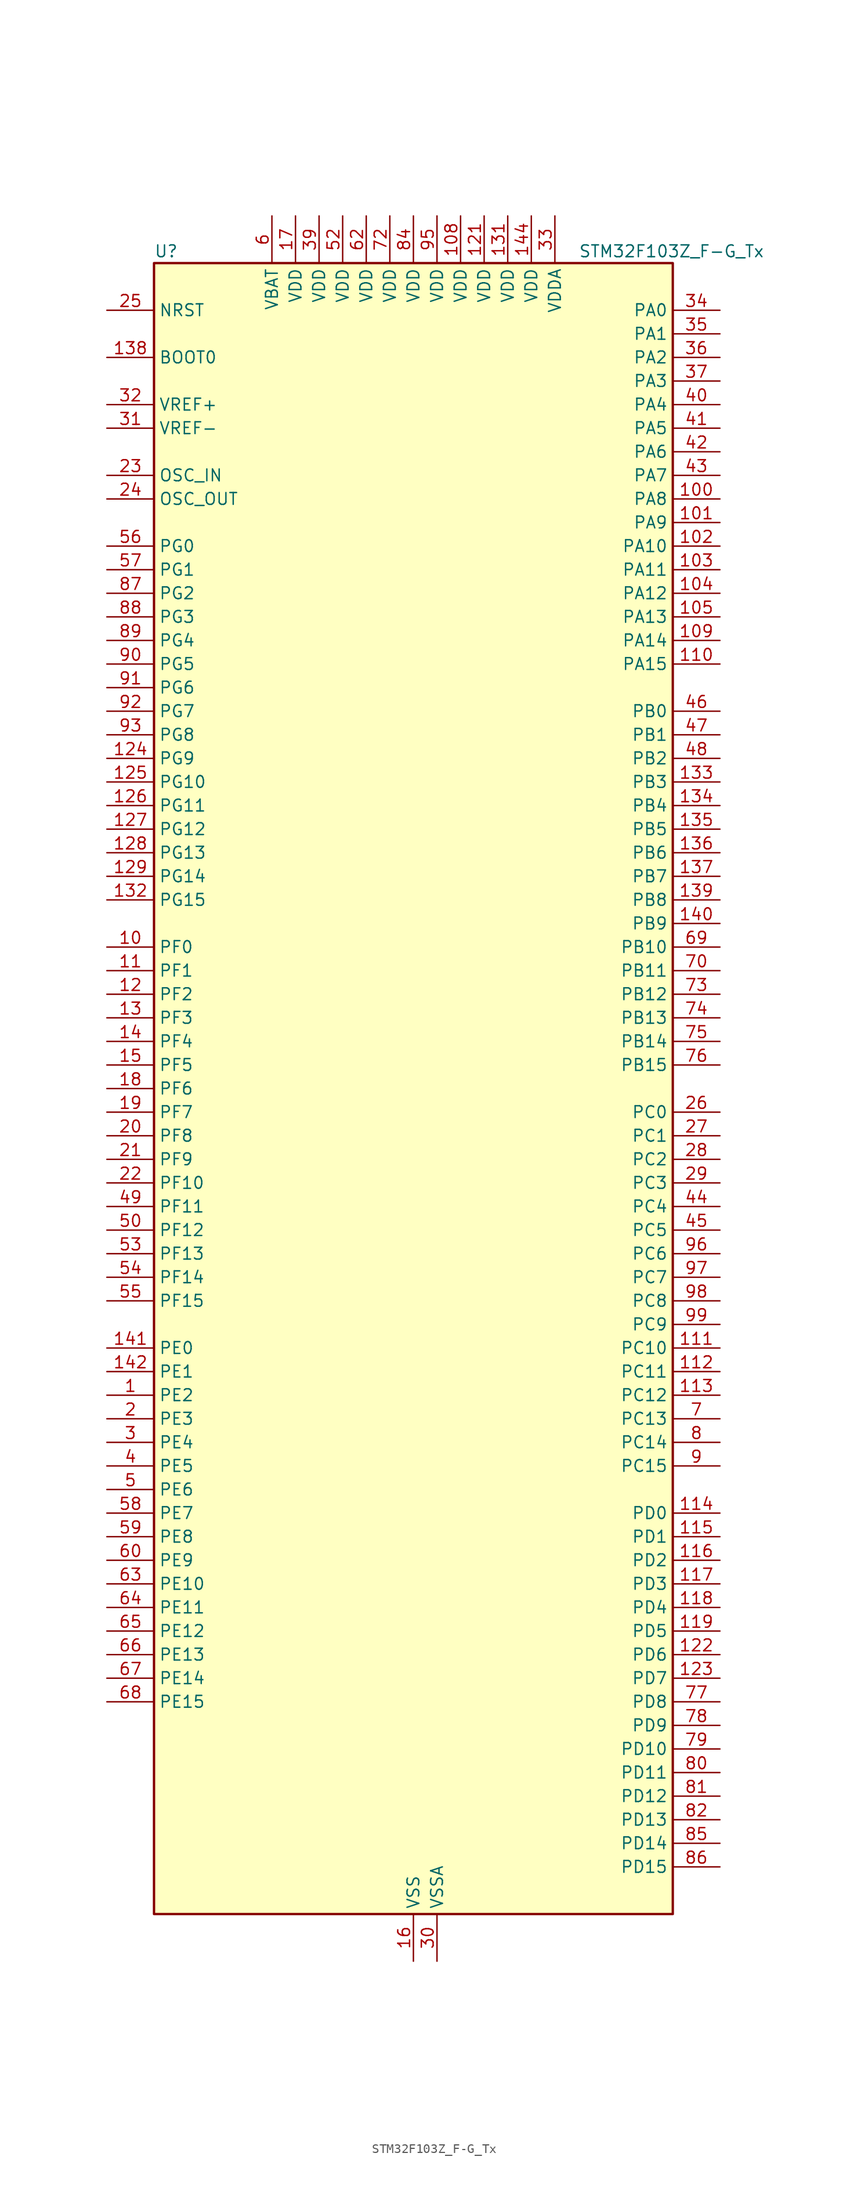
<source format=kicad_sym>
(kicad_symbol_lib
  (version 20241209)
  (generator "kicad_symbol_editor")
  (generator_version "9.0")
  (symbol "STM32F103Z_F-G_Tx"
    (property "Reference" "U"
      (at -27.94 90.17 0)
      (effects (font (size 1.27 1.27)) (justify left)))
    (property "Value" "STM32F103Z_F-G_Tx"
      (at 17.78 90.17 0)
      (effects (font (size 1.27 1.27)) (justify left)))
    (symbol "STM32F103Z_F-G_Tx_0_1"
      (rectangle (start -27.94 -88.9) (end 27.94 88.9) (stroke (width 0.254) (type default)) (fill (type background))))
    (symbol "STM32F103Z_F-G_Tx_1_1"
      (pin input line (at -33.02 83.82 0) (length 5.08) (name "NRST" (effects (font (size 1.27 1.27)))) (number "25" (effects (font (size 1.27 1.27)))))
      (pin input line (at -33.02 78.74 0) (length 5.08) (name "BOOT0" (effects (font (size 1.27 1.27)))) (number "138" (effects (font (size 1.27 1.27)))))
      (pin input line (at -33.02 73.66 0) (length 5.08) (name "VREF+" (effects (font (size 1.27 1.27)))) (number "32" (effects (font (size 1.27 1.27)))))
      (pin input line (at -33.02 71.12 0) (length 5.08) (name "VREF-" (effects (font (size 1.27 1.27)))) (number "31" (effects (font (size 1.27 1.27)))))
      (pin input line (at -33.02 66.04 0) (length 5.08) (name "OSC_IN" (effects (font (size 1.27 1.27)))) (number "23" (effects (font (size 1.27 1.27)))) (alternate "RCC_OSC_IN" bidirectional line))
      (pin input line (at -33.02 63.5 0) (length 5.08) (name "OSC_OUT" (effects (font (size 1.27 1.27)))) (number "24" (effects (font (size 1.27 1.27)))) (alternate "RCC_OSC_OUT" bidirectional line))
      (pin bidirectional line (at -33.02 58.42 0) (length 5.08) (name "PG0" (effects (font (size 1.27 1.27)))) (number "56" (effects (font (size 1.27 1.27)))) (alternate "FSMC_A10" bidirectional line))
      (pin bidirectional line (at -33.02 55.88 0) (length 5.08) (name "PG1" (effects (font (size 1.27 1.27)))) (number "57" (effects (font (size 1.27 1.27)))) (alternate "FSMC_A11" bidirectional line))
      (pin bidirectional line (at -33.02 53.34 0) (length 5.08) (name "PG2" (effects (font (size 1.27 1.27)))) (number "87" (effects (font (size 1.27 1.27)))) (alternate "FSMC_A12" bidirectional line))
      (pin bidirectional line (at -33.02 50.8 0) (length 5.08) (name "PG3" (effects (font (size 1.27 1.27)))) (number "88" (effects (font (size 1.27 1.27)))) (alternate "FSMC_A13" bidirectional line))
      (pin bidirectional line (at -33.02 48.26 0) (length 5.08) (name "PG4" (effects (font (size 1.27 1.27)))) (number "89" (effects (font (size 1.27 1.27)))) (alternate "FSMC_A14" bidirectional line))
      (pin bidirectional line (at -33.02 45.72 0) (length 5.08) (name "PG5" (effects (font (size 1.27 1.27)))) (number "90" (effects (font (size 1.27 1.27)))) (alternate "FSMC_A15" bidirectional line))
      (pin bidirectional line (at -33.02 43.18 0) (length 5.08) (name "PG6" (effects (font (size 1.27 1.27)))) (number "91" (effects (font (size 1.27 1.27)))) (alternate "FSMC_INT2" bidirectional line))
      (pin bidirectional line (at -33.02 40.64 0) (length 5.08) (name "PG7" (effects (font (size 1.27 1.27)))) (number "92" (effects (font (size 1.27 1.27)))) (alternate "FSMC_INT3" bidirectional line))
      (pin bidirectional line (at -33.02 38.1 0) (length 5.08) (name "PG8" (effects (font (size 1.27 1.27)))) (number "93" (effects (font (size 1.27 1.27)))))
      (pin bidirectional line (at -33.02 35.56 0) (length 5.08) (name "PG9" (effects (font (size 1.27 1.27)))) (number "124" (effects (font (size 1.27 1.27)))) (alternate "DAC_EXTI9" bidirectional line) (alternate "FSMC_NCE3" bidirectional line) (alternate "FSMC_NE2" bidirectional line))
      (pin bidirectional line (at -33.02 33.02 0) (length 5.08) (name "PG10" (effects (font (size 1.27 1.27)))) (number "125" (effects (font (size 1.27 1.27)))) (alternate "FSMC_NCE4_1" bidirectional line) (alternate "FSMC_NE3" bidirectional line))
      (pin bidirectional line (at -33.02 30.48 0) (length 5.08) (name "PG11" (effects (font (size 1.27 1.27)))) (number "126" (effects (font (size 1.27 1.27)))) (alternate "ADC1_EXTI11" bidirectional line) (alternate "ADC2_EXTI11" bidirectional line) (alternate "FSMC_NCE4_2" bidirectional line))
      (pin bidirectional line (at -33.02 27.94 0) (length 5.08) (name "PG12" (effects (font (size 1.27 1.27)))) (number "127" (effects (font (size 1.27 1.27)))) (alternate "FSMC_NE4" bidirectional line))
      (pin bidirectional line (at -33.02 25.4 0) (length 5.08) (name "PG13" (effects (font (size 1.27 1.27)))) (number "128" (effects (font (size 1.27 1.27)))) (alternate "FSMC_A24" bidirectional line))
      (pin bidirectional line (at -33.02 22.86 0) (length 5.08) (name "PG14" (effects (font (size 1.27 1.27)))) (number "129" (effects (font (size 1.27 1.27)))) (alternate "FSMC_A25" bidirectional line))
      (pin bidirectional line (at -33.02 20.32 0) (length 5.08) (name "PG15" (effects (font (size 1.27 1.27)))) (number "132" (effects (font (size 1.27 1.27)))) (alternate "ADC1_EXTI15" bidirectional line) (alternate "ADC2_EXTI15" bidirectional line))
      (pin bidirectional line (at -33.02 15.24 0) (length 5.08) (name "PF0" (effects (font (size 1.27 1.27)))) (number "10" (effects (font (size 1.27 1.27)))) (alternate "FSMC_A0" bidirectional line))
      (pin bidirectional line (at -33.02 12.7 0) (length 5.08) (name "PF1" (effects (font (size 1.27 1.27)))) (number "11" (effects (font (size 1.27 1.27)))) (alternate "FSMC_A1" bidirectional line))
      (pin bidirectional line (at -33.02 10.16 0) (length 5.08) (name "PF2" (effects (font (size 1.27 1.27)))) (number "12" (effects (font (size 1.27 1.27)))) (alternate "FSMC_A2" bidirectional line))
      (pin bidirectional line (at -33.02 7.62 0) (length 5.08) (name "PF3" (effects (font (size 1.27 1.27)))) (number "13" (effects (font (size 1.27 1.27)))) (alternate "FSMC_A3" bidirectional line))
      (pin bidirectional line (at -33.02 5.08 0) (length 5.08) (name "PF4" (effects (font (size 1.27 1.27)))) (number "14" (effects (font (size 1.27 1.27)))) (alternate "FSMC_A4" bidirectional line))
      (pin bidirectional line (at -33.02 2.54 0) (length 5.08) (name "PF5" (effects (font (size 1.27 1.27)))) (number "15" (effects (font (size 1.27 1.27)))) (alternate "FSMC_A5" bidirectional line))
      (pin bidirectional line (at -33.02 0 0) (length 5.08) (name "PF6" (effects (font (size 1.27 1.27)))) (number "18" (effects (font (size 1.27 1.27)))) (alternate "ADC3_IN4" bidirectional line) (alternate "FSMC_NIORD" bidirectional line) (alternate "TIM10_CH1" bidirectional line))
      (pin bidirectional line (at -33.02 -2.54 0) (length 5.08) (name "PF7" (effects (font (size 1.27 1.27)))) (number "19" (effects (font (size 1.27 1.27)))) (alternate "ADC3_IN5" bidirectional line) (alternate "FSMC_NREG" bidirectional line) (alternate "TIM11_CH1" bidirectional line))
      (pin bidirectional line (at -33.02 -5.08 0) (length 5.08) (name "PF8" (effects (font (size 1.27 1.27)))) (number "20" (effects (font (size 1.27 1.27)))) (alternate "ADC3_IN6" bidirectional line) (alternate "FSMC_NIOWR" bidirectional line) (alternate "TIM13_CH1" bidirectional line))
      (pin bidirectional line (at -33.02 -7.62 0) (length 5.08) (name "PF9" (effects (font (size 1.27 1.27)))) (number "21" (effects (font (size 1.27 1.27)))) (alternate "ADC3_IN7" bidirectional line) (alternate "DAC_EXTI9" bidirectional line) (alternate "FSMC_CD" bidirectional line) (alternate "TIM14_CH1" bidirectional line))
      (pin bidirectional line (at -33.02 -10.16 0) (length 5.08) (name "PF10" (effects (font (size 1.27 1.27)))) (number "22" (effects (font (size 1.27 1.27)))) (alternate "ADC3_IN8" bidirectional line) (alternate "FSMC_INTR" bidirectional line))
      (pin bidirectional line (at -33.02 -12.7 0) (length 5.08) (name "PF11" (effects (font (size 1.27 1.27)))) (number "49" (effects (font (size 1.27 1.27)))) (alternate "ADC1_EXTI11" bidirectional line) (alternate "ADC2_EXTI11" bidirectional line) (alternate "FSMC_NIOS16" bidirectional line))
      (pin bidirectional line (at -33.02 -15.24 0) (length 5.08) (name "PF12" (effects (font (size 1.27 1.27)))) (number "50" (effects (font (size 1.27 1.27)))) (alternate "FSMC_A6" bidirectional line))
      (pin bidirectional line (at -33.02 -17.78 0) (length 5.08) (name "PF13" (effects (font (size 1.27 1.27)))) (number "53" (effects (font (size 1.27 1.27)))) (alternate "FSMC_A7" bidirectional line))
      (pin bidirectional line (at -33.02 -20.32 0) (length 5.08) (name "PF14" (effects (font (size 1.27 1.27)))) (number "54" (effects (font (size 1.27 1.27)))) (alternate "FSMC_A8" bidirectional line))
      (pin bidirectional line (at -33.02 -22.86 0) (length 5.08) (name "PF15" (effects (font (size 1.27 1.27)))) (number "55" (effects (font (size 1.27 1.27)))) (alternate "ADC1_EXTI15" bidirectional line) (alternate "ADC2_EXTI15" bidirectional line) (alternate "FSMC_A9" bidirectional line))
      (pin bidirectional line (at -33.02 -27.94 0) (length 5.08) (name "PE0" (effects (font (size 1.27 1.27)))) (number "141" (effects (font (size 1.27 1.27)))) (alternate "FSMC_NBL0" bidirectional line) (alternate "TIM4_ETR" bidirectional line))
      (pin bidirectional line (at -33.02 -30.48 0) (length 5.08) (name "PE1" (effects (font (size 1.27 1.27)))) (number "142" (effects (font (size 1.27 1.27)))) (alternate "FSMC_NBL1" bidirectional line))
      (pin bidirectional line (at -33.02 -33.02 0) (length 5.08) (name "PE2" (effects (font (size 1.27 1.27)))) (number "1" (effects (font (size 1.27 1.27)))) (alternate "FSMC_A23" bidirectional line) (alternate "SYS_TRACECLK" bidirectional line))
      (pin bidirectional line (at -33.02 -35.56 0) (length 5.08) (name "PE3" (effects (font (size 1.27 1.27)))) (number "2" (effects (font (size 1.27 1.27)))) (alternate "FSMC_A19" bidirectional line) (alternate "SYS_TRACED0" bidirectional line))
      (pin bidirectional line (at -33.02 -38.1 0) (length 5.08) (name "PE4" (effects (font (size 1.27 1.27)))) (number "3" (effects (font (size 1.27 1.27)))) (alternate "FSMC_A20" bidirectional line) (alternate "SYS_TRACED1" bidirectional line))
      (pin bidirectional line (at -33.02 -40.64 0) (length 5.08) (name "PE5" (effects (font (size 1.27 1.27)))) (number "4" (effects (font (size 1.27 1.27)))) (alternate "FSMC_A21" bidirectional line) (alternate "SYS_TRACED2" bidirectional line) (alternate "TIM9_CH1" bidirectional line))
      (pin bidirectional line (at -33.02 -43.18 0) (length 5.08) (name "PE6" (effects (font (size 1.27 1.27)))) (number "5" (effects (font (size 1.27 1.27)))) (alternate "FSMC_A22" bidirectional line) (alternate "SYS_TRACED3" bidirectional line) (alternate "TIM9_CH2" bidirectional line))
      (pin bidirectional line (at -33.02 -45.72 0) (length 5.08) (name "PE7" (effects (font (size 1.27 1.27)))) (number "58" (effects (font (size 1.27 1.27)))) (alternate "FSMC_D4" bidirectional line) (alternate "FSMC_DA4" bidirectional line) (alternate "TIM1_ETR" bidirectional line))
      (pin bidirectional line (at -33.02 -48.26 0) (length 5.08) (name "PE8" (effects (font (size 1.27 1.27)))) (number "59" (effects (font (size 1.27 1.27)))) (alternate "FSMC_D5" bidirectional line) (alternate "FSMC_DA5" bidirectional line) (alternate "TIM1_CH1N" bidirectional line))
      (pin bidirectional line (at -33.02 -50.8 0) (length 5.08) (name "PE9" (effects (font (size 1.27 1.27)))) (number "60" (effects (font (size 1.27 1.27)))) (alternate "DAC_EXTI9" bidirectional line) (alternate "FSMC_D6" bidirectional line) (alternate "FSMC_DA6" bidirectional line) (alternate "TIM1_CH1" bidirectional line))
      (pin bidirectional line (at -33.02 -53.34 0) (length 5.08) (name "PE10" (effects (font (size 1.27 1.27)))) (number "63" (effects (font (size 1.27 1.27)))) (alternate "FSMC_D7" bidirectional line) (alternate "FSMC_DA7" bidirectional line) (alternate "TIM1_CH2N" bidirectional line))
      (pin bidirectional line (at -33.02 -55.88 0) (length 5.08) (name "PE11" (effects (font (size 1.27 1.27)))) (number "64" (effects (font (size 1.27 1.27)))) (alternate "ADC1_EXTI11" bidirectional line) (alternate "ADC2_EXTI11" bidirectional line) (alternate "FSMC_D8" bidirectional line) (alternate "FSMC_DA8" bidirectional line) (alternate "TIM1_CH2" bidirectional line))
      (pin bidirectional line (at -33.02 -58.42 0) (length 5.08) (name "PE12" (effects (font (size 1.27 1.27)))) (number "65" (effects (font (size 1.27 1.27)))) (alternate "FSMC_D9" bidirectional line) (alternate "FSMC_DA9" bidirectional line) (alternate "TIM1_CH3N" bidirectional line))
      (pin bidirectional line (at -33.02 -60.96 0) (length 5.08) (name "PE13" (effects (font (size 1.27 1.27)))) (number "66" (effects (font (size 1.27 1.27)))) (alternate "FSMC_D10" bidirectional line) (alternate "FSMC_DA10" bidirectional line) (alternate "TIM1_CH3" bidirectional line))
      (pin bidirectional line (at -33.02 -63.5 0) (length 5.08) (name "PE14" (effects (font (size 1.27 1.27)))) (number "67" (effects (font (size 1.27 1.27)))) (alternate "FSMC_D11" bidirectional line) (alternate "FSMC_DA11" bidirectional line) (alternate "TIM1_CH4" bidirectional line))
      (pin bidirectional line (at -33.02 -66.04 0) (length 5.08) (name "PE15" (effects (font (size 1.27 1.27)))) (number "68" (effects (font (size 1.27 1.27)))) (alternate "ADC1_EXTI15" bidirectional line) (alternate "ADC2_EXTI15" bidirectional line) (alternate "FSMC_D12" bidirectional line) (alternate "FSMC_DA12" bidirectional line) (alternate "TIM1_BKIN" bidirectional line))
      (pin no_connect line (at -27.94 -88.9 0) (length 5.08) (hide yes) (name "NC" (effects (font (size 1.27 1.27)))) (number "106" (effects (font (size 1.27 1.27)))))
      (pin power_in line (at -15.24 93.98 270) (length 5.08) (name "VBAT" (effects (font (size 1.27 1.27)))) (number "6" (effects (font (size 1.27 1.27)))))
      (pin power_in line (at -12.7 93.98 270) (length 5.08) (name "VDD" (effects (font (size 1.27 1.27)))) (number "17" (effects (font (size 1.27 1.27)))))
      (pin power_in line (at -10.16 93.98 270) (length 5.08) (name "VDD" (effects (font (size 1.27 1.27)))) (number "39" (effects (font (size 1.27 1.27)))))
      (pin power_in line (at -7.62 93.98 270) (length 5.08) (name "VDD" (effects (font (size 1.27 1.27)))) (number "52" (effects (font (size 1.27 1.27)))))
      (pin power_in line (at -5.08 93.98 270) (length 5.08) (name "VDD" (effects (font (size 1.27 1.27)))) (number "62" (effects (font (size 1.27 1.27)))))
      (pin power_in line (at -2.54 93.98 270) (length 5.08) (name "VDD" (effects (font (size 1.27 1.27)))) (number "72" (effects (font (size 1.27 1.27)))))
      (pin power_in line (at 0 93.98 270) (length 5.08) (name "VDD" (effects (font (size 1.27 1.27)))) (number "84" (effects (font (size 1.27 1.27)))))
      (pin passive line (at 0 -93.98 90) (length 5.08) (hide yes) (name "VSS" (effects (font (size 1.27 1.27)))) (number "107" (effects (font (size 1.27 1.27)))))
      (pin passive line (at 0 -93.98 90) (length 5.08) (hide yes) (name "VSS" (effects (font (size 1.27 1.27)))) (number "120" (effects (font (size 1.27 1.27)))))
      (pin passive line (at 0 -93.98 90) (length 5.08) (hide yes) (name "VSS" (effects (font (size 1.27 1.27)))) (number "130" (effects (font (size 1.27 1.27)))))
      (pin passive line (at 0 -93.98 90) (length 5.08) (hide yes) (name "VSS" (effects (font (size 1.27 1.27)))) (number "143" (effects (font (size 1.27 1.27)))))
      (pin power_in line (at 0 -93.98 90) (length 5.08) (name "VSS" (effects (font (size 1.27 1.27)))) (number "16" (effects (font (size 1.27 1.27)))))
      (pin passive line (at 0 -93.98 90) (length 5.08) (hide yes) (name "VSS" (effects (font (size 1.27 1.27)))) (number "38" (effects (font (size 1.27 1.27)))))
      (pin passive line (at 0 -93.98 90) (length 5.08) (hide yes) (name "VSS" (effects (font (size 1.27 1.27)))) (number "51" (effects (font (size 1.27 1.27)))))
      (pin passive line (at 0 -93.98 90) (length 5.08) (hide yes) (name "VSS" (effects (font (size 1.27 1.27)))) (number "61" (effects (font (size 1.27 1.27)))))
      (pin passive line (at 0 -93.98 90) (length 5.08) (hide yes) (name "VSS" (effects (font (size 1.27 1.27)))) (number "71" (effects (font (size 1.27 1.27)))))
      (pin passive line (at 0 -93.98 90) (length 5.08) (hide yes) (name "VSS" (effects (font (size 1.27 1.27)))) (number "83" (effects (font (size 1.27 1.27)))))
      (pin passive line (at 0 -93.98 90) (length 5.08) (hide yes) (name "VSS" (effects (font (size 1.27 1.27)))) (number "94" (effects (font (size 1.27 1.27)))))
      (pin power_in line (at 2.54 93.98 270) (length 5.08) (name "VDD" (effects (font (size 1.27 1.27)))) (number "95" (effects (font (size 1.27 1.27)))))
      (pin power_in line (at 2.54 -93.98 90) (length 5.08) (name "VSSA" (effects (font (size 1.27 1.27)))) (number "30" (effects (font (size 1.27 1.27)))))
      (pin power_in line (at 5.08 93.98 270) (length 5.08) (name "VDD" (effects (font (size 1.27 1.27)))) (number "108" (effects (font (size 1.27 1.27)))))
      (pin power_in line (at 7.62 93.98 270) (length 5.08) (name "VDD" (effects (font (size 1.27 1.27)))) (number "121" (effects (font (size 1.27 1.27)))))
      (pin power_in line (at 10.16 93.98 270) (length 5.08) (name "VDD" (effects (font (size 1.27 1.27)))) (number "131" (effects (font (size 1.27 1.27)))))
      (pin power_in line (at 12.7 93.98 270) (length 5.08) (name "VDD" (effects (font (size 1.27 1.27)))) (number "144" (effects (font (size 1.27 1.27)))))
      (pin power_in line (at 15.24 93.98 270) (length 5.08) (name "VDDA" (effects (font (size 1.27 1.27)))) (number "33" (effects (font (size 1.27 1.27)))))
      (pin bidirectional line (at 33.02 83.82 180) (length 5.08) (name "PA0" (effects (font (size 1.27 1.27)))) (number "34" (effects (font (size 1.27 1.27)))) (alternate "ADC1_IN0" bidirectional line) (alternate "ADC2_IN0" bidirectional line) (alternate "ADC3_IN0" bidirectional line) (alternate "SYS_WKUP" bidirectional line) (alternate "TIM2_CH1" bidirectional line) (alternate "TIM2_ETR" bidirectional line) (alternate "TIM5_CH1" bidirectional line) (alternate "TIM8_ETR" bidirectional line) (alternate "USART2_CTS" bidirectional line))
      (pin bidirectional line (at 33.02 81.28 180) (length 5.08) (name "PA1" (effects (font (size 1.27 1.27)))) (number "35" (effects (font (size 1.27 1.27)))) (alternate "ADC1_IN1" bidirectional line) (alternate "ADC2_IN1" bidirectional line) (alternate "ADC3_IN1" bidirectional line) (alternate "TIM2_CH2" bidirectional line) (alternate "TIM5_CH2" bidirectional line) (alternate "USART2_RTS" bidirectional line))
      (pin bidirectional line (at 33.02 78.74 180) (length 5.08) (name "PA2" (effects (font (size 1.27 1.27)))) (number "36" (effects (font (size 1.27 1.27)))) (alternate "ADC1_IN2" bidirectional line) (alternate "ADC2_IN2" bidirectional line) (alternate "ADC3_IN2" bidirectional line) (alternate "TIM2_CH3" bidirectional line) (alternate "TIM5_CH3" bidirectional line) (alternate "TIM9_CH1" bidirectional line) (alternate "USART2_TX" bidirectional line))
      (pin bidirectional line (at 33.02 76.2 180) (length 5.08) (name "PA3" (effects (font (size 1.27 1.27)))) (number "37" (effects (font (size 1.27 1.27)))) (alternate "ADC1_IN3" bidirectional line) (alternate "ADC2_IN3" bidirectional line) (alternate "ADC3_IN3" bidirectional line) (alternate "TIM2_CH4" bidirectional line) (alternate "TIM5_CH4" bidirectional line) (alternate "TIM9_CH2" bidirectional line) (alternate "USART2_RX" bidirectional line))
      (pin bidirectional line (at 33.02 73.66 180) (length 5.08) (name "PA4" (effects (font (size 1.27 1.27)))) (number "40" (effects (font (size 1.27 1.27)))) (alternate "ADC1_IN4" bidirectional line) (alternate "ADC2_IN4" bidirectional line) (alternate "DAC_OUT1" bidirectional line) (alternate "SPI1_NSS" bidirectional line) (alternate "USART2_CK" bidirectional line))
      (pin bidirectional line (at 33.02 71.12 180) (length 5.08) (name "PA5" (effects (font (size 1.27 1.27)))) (number "41" (effects (font (size 1.27 1.27)))) (alternate "ADC1_IN5" bidirectional line) (alternate "ADC2_IN5" bidirectional line) (alternate "DAC_OUT2" bidirectional line) (alternate "SPI1_SCK" bidirectional line))
      (pin bidirectional line (at 33.02 68.58 180) (length 5.08) (name "PA6" (effects (font (size 1.27 1.27)))) (number "42" (effects (font (size 1.27 1.27)))) (alternate "ADC1_IN6" bidirectional line) (alternate "ADC2_IN6" bidirectional line) (alternate "SPI1_MISO" bidirectional line) (alternate "TIM13_CH1" bidirectional line) (alternate "TIM1_BKIN" bidirectional line) (alternate "TIM3_CH1" bidirectional line) (alternate "TIM8_BKIN" bidirectional line))
      (pin bidirectional line (at 33.02 66.04 180) (length 5.08) (name "PA7" (effects (font (size 1.27 1.27)))) (number "43" (effects (font (size 1.27 1.27)))) (alternate "ADC1_IN7" bidirectional line) (alternate "ADC2_IN7" bidirectional line) (alternate "SPI1_MOSI" bidirectional line) (alternate "TIM14_CH1" bidirectional line) (alternate "TIM1_CH1N" bidirectional line) (alternate "TIM3_CH2" bidirectional line) (alternate "TIM8_CH1N" bidirectional line))
      (pin bidirectional line (at 33.02 63.5 180) (length 5.08) (name "PA8" (effects (font (size 1.27 1.27)))) (number "100" (effects (font (size 1.27 1.27)))) (alternate "RCC_MCO" bidirectional line) (alternate "TIM1_CH1" bidirectional line) (alternate "USART1_CK" bidirectional line))
      (pin bidirectional line (at 33.02 60.96 180) (length 5.08) (name "PA9" (effects (font (size 1.27 1.27)))) (number "101" (effects (font (size 1.27 1.27)))) (alternate "DAC_EXTI9" bidirectional line) (alternate "TIM1_CH2" bidirectional line) (alternate "USART1_TX" bidirectional line))
      (pin bidirectional line (at 33.02 58.42 180) (length 5.08) (name "PA10" (effects (font (size 1.27 1.27)))) (number "102" (effects (font (size 1.27 1.27)))) (alternate "TIM1_CH3" bidirectional line) (alternate "USART1_RX" bidirectional line))
      (pin bidirectional line (at 33.02 55.88 180) (length 5.08) (name "PA11" (effects (font (size 1.27 1.27)))) (number "103" (effects (font (size 1.27 1.27)))) (alternate "ADC1_EXTI11" bidirectional line) (alternate "ADC2_EXTI11" bidirectional line) (alternate "CAN_RX" bidirectional line) (alternate "TIM1_CH4" bidirectional line) (alternate "USART1_CTS" bidirectional line) (alternate "USB_DM" bidirectional line))
      (pin bidirectional line (at 33.02 53.34 180) (length 5.08) (name "PA12" (effects (font (size 1.27 1.27)))) (number "104" (effects (font (size 1.27 1.27)))) (alternate "CAN_TX" bidirectional line) (alternate "TIM1_ETR" bidirectional line) (alternate "USART1_RTS" bidirectional line) (alternate "USB_DP" bidirectional line))
      (pin bidirectional line (at 33.02 50.8 180) (length 5.08) (name "PA13" (effects (font (size 1.27 1.27)))) (number "105" (effects (font (size 1.27 1.27)))) (alternate "SYS_JTMS-SWDIO" bidirectional line))
      (pin bidirectional line (at 33.02 48.26 180) (length 5.08) (name "PA14" (effects (font (size 1.27 1.27)))) (number "109" (effects (font (size 1.27 1.27)))) (alternate "SYS_JTCK-SWCLK" bidirectional line))
      (pin bidirectional line (at 33.02 45.72 180) (length 5.08) (name "PA15" (effects (font (size 1.27 1.27)))) (number "110" (effects (font (size 1.27 1.27)))) (alternate "ADC1_EXTI15" bidirectional line) (alternate "ADC2_EXTI15" bidirectional line) (alternate "I2S3_WS" bidirectional line) (alternate "SPI1_NSS" bidirectional line) (alternate "SPI3_NSS" bidirectional line) (alternate "SYS_JTDI" bidirectional line) (alternate "TIM2_CH1" bidirectional line) (alternate "TIM2_ETR" bidirectional line))
      (pin bidirectional line (at 33.02 40.64 180) (length 5.08) (name "PB0" (effects (font (size 1.27 1.27)))) (number "46" (effects (font (size 1.27 1.27)))) (alternate "ADC1_IN8" bidirectional line) (alternate "ADC2_IN8" bidirectional line) (alternate "TIM1_CH2N" bidirectional line) (alternate "TIM3_CH3" bidirectional line) (alternate "TIM8_CH2N" bidirectional line))
      (pin bidirectional line (at 33.02 38.1 180) (length 5.08) (name "PB1" (effects (font (size 1.27 1.27)))) (number "47" (effects (font (size 1.27 1.27)))) (alternate "ADC1_IN9" bidirectional line) (alternate "ADC2_IN9" bidirectional line) (alternate "TIM1_CH3N" bidirectional line) (alternate "TIM3_CH4" bidirectional line) (alternate "TIM8_CH3N" bidirectional line))
      (pin bidirectional line (at 33.02 35.56 180) (length 5.08) (name "PB2" (effects (font (size 1.27 1.27)))) (number "48" (effects (font (size 1.27 1.27)))))
      (pin bidirectional line (at 33.02 33.02 180) (length 5.08) (name "PB3" (effects (font (size 1.27 1.27)))) (number "133" (effects (font (size 1.27 1.27)))) (alternate "I2S3_CK" bidirectional line) (alternate "SPI1_SCK" bidirectional line) (alternate "SPI3_SCK" bidirectional line) (alternate "SYS_JTDO-TRACESWO" bidirectional line) (alternate "TIM2_CH2" bidirectional line))
      (pin bidirectional line (at 33.02 30.48 180) (length 5.08) (name "PB4" (effects (font (size 1.27 1.27)))) (number "134" (effects (font (size 1.27 1.27)))) (alternate "SPI1_MISO" bidirectional line) (alternate "SPI3_MISO" bidirectional line) (alternate "SYS_NJTRST" bidirectional line) (alternate "TIM3_CH1" bidirectional line))
      (pin bidirectional line (at 33.02 27.94 180) (length 5.08) (name "PB5" (effects (font (size 1.27 1.27)))) (number "135" (effects (font (size 1.27 1.27)))) (alternate "I2C1_SMBA" bidirectional line) (alternate "I2S3_SD" bidirectional line) (alternate "SPI1_MOSI" bidirectional line) (alternate "SPI3_MOSI" bidirectional line) (alternate "TIM3_CH2" bidirectional line))
      (pin bidirectional line (at 33.02 25.4 180) (length 5.08) (name "PB6" (effects (font (size 1.27 1.27)))) (number "136" (effects (font (size 1.27 1.27)))) (alternate "I2C1_SCL" bidirectional line) (alternate "TIM4_CH1" bidirectional line) (alternate "USART1_TX" bidirectional line))
      (pin bidirectional line (at 33.02 22.86 180) (length 5.08) (name "PB7" (effects (font (size 1.27 1.27)))) (number "137" (effects (font (size 1.27 1.27)))) (alternate "FSMC_NL" bidirectional line) (alternate "I2C1_SDA" bidirectional line) (alternate "TIM4_CH2" bidirectional line) (alternate "USART1_RX" bidirectional line))
      (pin bidirectional line (at 33.02 20.32 180) (length 5.08) (name "PB8" (effects (font (size 1.27 1.27)))) (number "139" (effects (font (size 1.27 1.27)))) (alternate "CAN_RX" bidirectional line) (alternate "I2C1_SCL" bidirectional line) (alternate "SDIO_D4" bidirectional line) (alternate "TIM10_CH1" bidirectional line) (alternate "TIM4_CH3" bidirectional line))
      (pin bidirectional line (at 33.02 17.78 180) (length 5.08) (name "PB9" (effects (font (size 1.27 1.27)))) (number "140" (effects (font (size 1.27 1.27)))) (alternate "CAN_TX" bidirectional line) (alternate "DAC_EXTI9" bidirectional line) (alternate "I2C1_SDA" bidirectional line) (alternate "SDIO_D5" bidirectional line) (alternate "TIM11_CH1" bidirectional line) (alternate "TIM4_CH4" bidirectional line))
      (pin bidirectional line (at 33.02 15.24 180) (length 5.08) (name "PB10" (effects (font (size 1.27 1.27)))) (number "69" (effects (font (size 1.27 1.27)))) (alternate "I2C2_SCL" bidirectional line) (alternate "TIM2_CH3" bidirectional line) (alternate "USART3_TX" bidirectional line))
      (pin bidirectional line (at 33.02 12.7 180) (length 5.08) (name "PB11" (effects (font (size 1.27 1.27)))) (number "70" (effects (font (size 1.27 1.27)))) (alternate "ADC1_EXTI11" bidirectional line) (alternate "ADC2_EXTI11" bidirectional line) (alternate "I2C2_SDA" bidirectional line) (alternate "TIM2_CH4" bidirectional line) (alternate "USART3_RX" bidirectional line))
      (pin bidirectional line (at 33.02 10.16 180) (length 5.08) (name "PB12" (effects (font (size 1.27 1.27)))) (number "73" (effects (font (size 1.27 1.27)))) (alternate "I2C2_SMBA" bidirectional line) (alternate "I2S2_WS" bidirectional line) (alternate "SPI2_NSS" bidirectional line) (alternate "TIM1_BKIN" bidirectional line) (alternate "USART3_CK" bidirectional line))
      (pin bidirectional line (at 33.02 7.62 180) (length 5.08) (name "PB13" (effects (font (size 1.27 1.27)))) (number "74" (effects (font (size 1.27 1.27)))) (alternate "I2S2_CK" bidirectional line) (alternate "SPI2_SCK" bidirectional line) (alternate "TIM1_CH1N" bidirectional line) (alternate "USART3_CTS" bidirectional line))
      (pin bidirectional line (at 33.02 5.08 180) (length 5.08) (name "PB14" (effects (font (size 1.27 1.27)))) (number "75" (effects (font (size 1.27 1.27)))) (alternate "SPI2_MISO" bidirectional line) (alternate "TIM12_CH1" bidirectional line) (alternate "TIM1_CH2N" bidirectional line) (alternate "USART3_RTS" bidirectional line))
      (pin bidirectional line (at 33.02 2.54 180) (length 5.08) (name "PB15" (effects (font (size 1.27 1.27)))) (number "76" (effects (font (size 1.27 1.27)))) (alternate "ADC1_EXTI15" bidirectional line) (alternate "ADC2_EXTI15" bidirectional line) (alternate "I2S2_SD" bidirectional line) (alternate "SPI2_MOSI" bidirectional line) (alternate "TIM12_CH2" bidirectional line) (alternate "TIM1_CH3N" bidirectional line))
      (pin bidirectional line (at 33.02 -2.54 180) (length 5.08) (name "PC0" (effects (font (size 1.27 1.27)))) (number "26" (effects (font (size 1.27 1.27)))) (alternate "ADC1_IN10" bidirectional line) (alternate "ADC2_IN10" bidirectional line) (alternate "ADC3_IN10" bidirectional line))
      (pin bidirectional line (at 33.02 -5.08 180) (length 5.08) (name "PC1" (effects (font (size 1.27 1.27)))) (number "27" (effects (font (size 1.27 1.27)))) (alternate "ADC1_IN11" bidirectional line) (alternate "ADC2_IN11" bidirectional line) (alternate "ADC3_IN11" bidirectional line))
      (pin bidirectional line (at 33.02 -7.62 180) (length 5.08) (name "PC2" (effects (font (size 1.27 1.27)))) (number "28" (effects (font (size 1.27 1.27)))) (alternate "ADC1_IN12" bidirectional line) (alternate "ADC2_IN12" bidirectional line) (alternate "ADC3_IN12" bidirectional line))
      (pin bidirectional line (at 33.02 -10.16 180) (length 5.08) (name "PC3" (effects (font (size 1.27 1.27)))) (number "29" (effects (font (size 1.27 1.27)))) (alternate "ADC1_IN13" bidirectional line) (alternate "ADC2_IN13" bidirectional line) (alternate "ADC3_IN13" bidirectional line))
      (pin bidirectional line (at 33.02 -12.7 180) (length 5.08) (name "PC4" (effects (font (size 1.27 1.27)))) (number "44" (effects (font (size 1.27 1.27)))) (alternate "ADC1_IN14" bidirectional line) (alternate "ADC2_IN14" bidirectional line))
      (pin bidirectional line (at 33.02 -15.24 180) (length 5.08) (name "PC5" (effects (font (size 1.27 1.27)))) (number "45" (effects (font (size 1.27 1.27)))) (alternate "ADC1_IN15" bidirectional line) (alternate "ADC2_IN15" bidirectional line))
      (pin bidirectional line (at 33.02 -17.78 180) (length 5.08) (name "PC6" (effects (font (size 1.27 1.27)))) (number "96" (effects (font (size 1.27 1.27)))) (alternate "I2S2_MCK" bidirectional line) (alternate "SDIO_D6" bidirectional line) (alternate "TIM3_CH1" bidirectional line) (alternate "TIM8_CH1" bidirectional line))
      (pin bidirectional line (at 33.02 -20.32 180) (length 5.08) (name "PC7" (effects (font (size 1.27 1.27)))) (number "97" (effects (font (size 1.27 1.27)))) (alternate "I2S3_MCK" bidirectional line) (alternate "SDIO_D7" bidirectional line) (alternate "TIM3_CH2" bidirectional line) (alternate "TIM8_CH2" bidirectional line))
      (pin bidirectional line (at 33.02 -22.86 180) (length 5.08) (name "PC8" (effects (font (size 1.27 1.27)))) (number "98" (effects (font (size 1.27 1.27)))) (alternate "SDIO_D0" bidirectional line) (alternate "TIM3_CH3" bidirectional line) (alternate "TIM8_CH3" bidirectional line))
      (pin bidirectional line (at 33.02 -25.4 180) (length 5.08) (name "PC9" (effects (font (size 1.27 1.27)))) (number "99" (effects (font (size 1.27 1.27)))) (alternate "DAC_EXTI9" bidirectional line) (alternate "SDIO_D1" bidirectional line) (alternate "TIM3_CH4" bidirectional line) (alternate "TIM8_CH4" bidirectional line))
      (pin bidirectional line (at 33.02 -27.94 180) (length 5.08) (name "PC10" (effects (font (size 1.27 1.27)))) (number "111" (effects (font (size 1.27 1.27)))) (alternate "SDIO_D2" bidirectional line) (alternate "UART4_TX" bidirectional line) (alternate "USART3_TX" bidirectional line))
      (pin bidirectional line (at 33.02 -30.48 180) (length 5.08) (name "PC11" (effects (font (size 1.27 1.27)))) (number "112" (effects (font (size 1.27 1.27)))) (alternate "ADC1_EXTI11" bidirectional line) (alternate "ADC2_EXTI11" bidirectional line) (alternate "SDIO_D3" bidirectional line) (alternate "UART4_RX" bidirectional line) (alternate "USART3_RX" bidirectional line))
      (pin bidirectional line (at 33.02 -33.02 180) (length 5.08) (name "PC12" (effects (font (size 1.27 1.27)))) (number "113" (effects (font (size 1.27 1.27)))) (alternate "SDIO_CK" bidirectional line) (alternate "UART5_TX" bidirectional line) (alternate "USART3_CK" bidirectional line))
      (pin bidirectional line (at 33.02 -35.56 180) (length 5.08) (name "PC13" (effects (font (size 1.27 1.27)))) (number "7" (effects (font (size 1.27 1.27)))) (alternate "RTC_OUT" bidirectional line) (alternate "RTC_TAMPER" bidirectional line))
      (pin bidirectional line (at 33.02 -38.1 180) (length 5.08) (name "PC14" (effects (font (size 1.27 1.27)))) (number "8" (effects (font (size 1.27 1.27)))) (alternate "RCC_OSC32_IN" bidirectional line))
      (pin bidirectional line (at 33.02 -40.64 180) (length 5.08) (name "PC15" (effects (font (size 1.27 1.27)))) (number "9" (effects (font (size 1.27 1.27)))) (alternate "ADC1_EXTI15" bidirectional line) (alternate "ADC2_EXTI15" bidirectional line) (alternate "RCC_OSC32_OUT" bidirectional line))
      (pin bidirectional line (at 33.02 -45.72 180) (length 5.08) (name "PD0" (effects (font (size 1.27 1.27)))) (number "114" (effects (font (size 1.27 1.27)))) (alternate "CAN_RX" bidirectional line) (alternate "FSMC_D2" bidirectional line) (alternate "FSMC_DA2" bidirectional line))
      (pin bidirectional line (at 33.02 -48.26 180) (length 5.08) (name "PD1" (effects (font (size 1.27 1.27)))) (number "115" (effects (font (size 1.27 1.27)))) (alternate "CAN_TX" bidirectional line) (alternate "FSMC_D3" bidirectional line) (alternate "FSMC_DA3" bidirectional line))
      (pin bidirectional line (at 33.02 -50.8 180) (length 5.08) (name "PD2" (effects (font (size 1.27 1.27)))) (number "116" (effects (font (size 1.27 1.27)))) (alternate "SDIO_CMD" bidirectional line) (alternate "TIM3_ETR" bidirectional line) (alternate "UART5_RX" bidirectional line))
      (pin bidirectional line (at 33.02 -53.34 180) (length 5.08) (name "PD3" (effects (font (size 1.27 1.27)))) (number "117" (effects (font (size 1.27 1.27)))) (alternate "FSMC_CLK" bidirectional line) (alternate "USART2_CTS" bidirectional line))
      (pin bidirectional line (at 33.02 -55.88 180) (length 5.08) (name "PD4" (effects (font (size 1.27 1.27)))) (number "118" (effects (font (size 1.27 1.27)))) (alternate "FSMC_NOE" bidirectional line) (alternate "USART2_RTS" bidirectional line))
      (pin bidirectional line (at 33.02 -58.42 180) (length 5.08) (name "PD5" (effects (font (size 1.27 1.27)))) (number "119" (effects (font (size 1.27 1.27)))) (alternate "FSMC_NWE" bidirectional line) (alternate "USART2_TX" bidirectional line))
      (pin bidirectional line (at 33.02 -60.96 180) (length 5.08) (name "PD6" (effects (font (size 1.27 1.27)))) (number "122" (effects (font (size 1.27 1.27)))) (alternate "FSMC_NWAIT" bidirectional line) (alternate "USART2_RX" bidirectional line))
      (pin bidirectional line (at 33.02 -63.5 180) (length 5.08) (name "PD7" (effects (font (size 1.27 1.27)))) (number "123" (effects (font (size 1.27 1.27)))) (alternate "FSMC_NCE2" bidirectional line) (alternate "FSMC_NE1" bidirectional line) (alternate "USART2_CK" bidirectional line))
      (pin bidirectional line (at 33.02 -66.04 180) (length 5.08) (name "PD8" (effects (font (size 1.27 1.27)))) (number "77" (effects (font (size 1.27 1.27)))) (alternate "FSMC_D13" bidirectional line) (alternate "FSMC_DA13" bidirectional line) (alternate "USART3_TX" bidirectional line))
      (pin bidirectional line (at 33.02 -68.58 180) (length 5.08) (name "PD9" (effects (font (size 1.27 1.27)))) (number "78" (effects (font (size 1.27 1.27)))) (alternate "DAC_EXTI9" bidirectional line) (alternate "FSMC_D14" bidirectional line) (alternate "FSMC_DA14" bidirectional line) (alternate "USART3_RX" bidirectional line))
      (pin bidirectional line (at 33.02 -71.12 180) (length 5.08) (name "PD10" (effects (font (size 1.27 1.27)))) (number "79" (effects (font (size 1.27 1.27)))) (alternate "FSMC_D15" bidirectional line) (alternate "FSMC_DA15" bidirectional line) (alternate "USART3_CK" bidirectional line))
      (pin bidirectional line (at 33.02 -73.66 180) (length 5.08) (name "PD11" (effects (font (size 1.27 1.27)))) (number "80" (effects (font (size 1.27 1.27)))) (alternate "ADC1_EXTI11" bidirectional line) (alternate "ADC2_EXTI11" bidirectional line) (alternate "FSMC_A16" bidirectional line) (alternate "FSMC_CLE" bidirectional line) (alternate "USART3_CTS" bidirectional line))
      (pin bidirectional line (at 33.02 -76.2 180) (length 5.08) (name "PD12" (effects (font (size 1.27 1.27)))) (number "81" (effects (font (size 1.27 1.27)))) (alternate "FSMC_A17" bidirectional line) (alternate "FSMC_ALE" bidirectional line) (alternate "TIM4_CH1" bidirectional line) (alternate "USART3_RTS" bidirectional line))
      (pin bidirectional line (at 33.02 -78.74 180) (length 5.08) (name "PD13" (effects (font (size 1.27 1.27)))) (number "82" (effects (font (size 1.27 1.27)))) (alternate "FSMC_A18" bidirectional line) (alternate "TIM4_CH2" bidirectional line))
      (pin bidirectional line (at 33.02 -81.28 180) (length 5.08) (name "PD14" (effects (font (size 1.27 1.27)))) (number "85" (effects (font (size 1.27 1.27)))) (alternate "FSMC_D0" bidirectional line) (alternate "FSMC_DA0" bidirectional line) (alternate "TIM4_CH3" bidirectional line))
      (pin bidirectional line (at 33.02 -83.82 180) (length 5.08) (name "PD15" (effects (font (size 1.27 1.27)))) (number "86" (effects (font (size 1.27 1.27)))) (alternate "ADC1_EXTI15" bidirectional line) (alternate "ADC2_EXTI15" bidirectional line) (alternate "FSMC_D1" bidirectional line) (alternate "FSMC_DA1" bidirectional line) (alternate "TIM4_CH4" bidirectional line)))))
</source>
